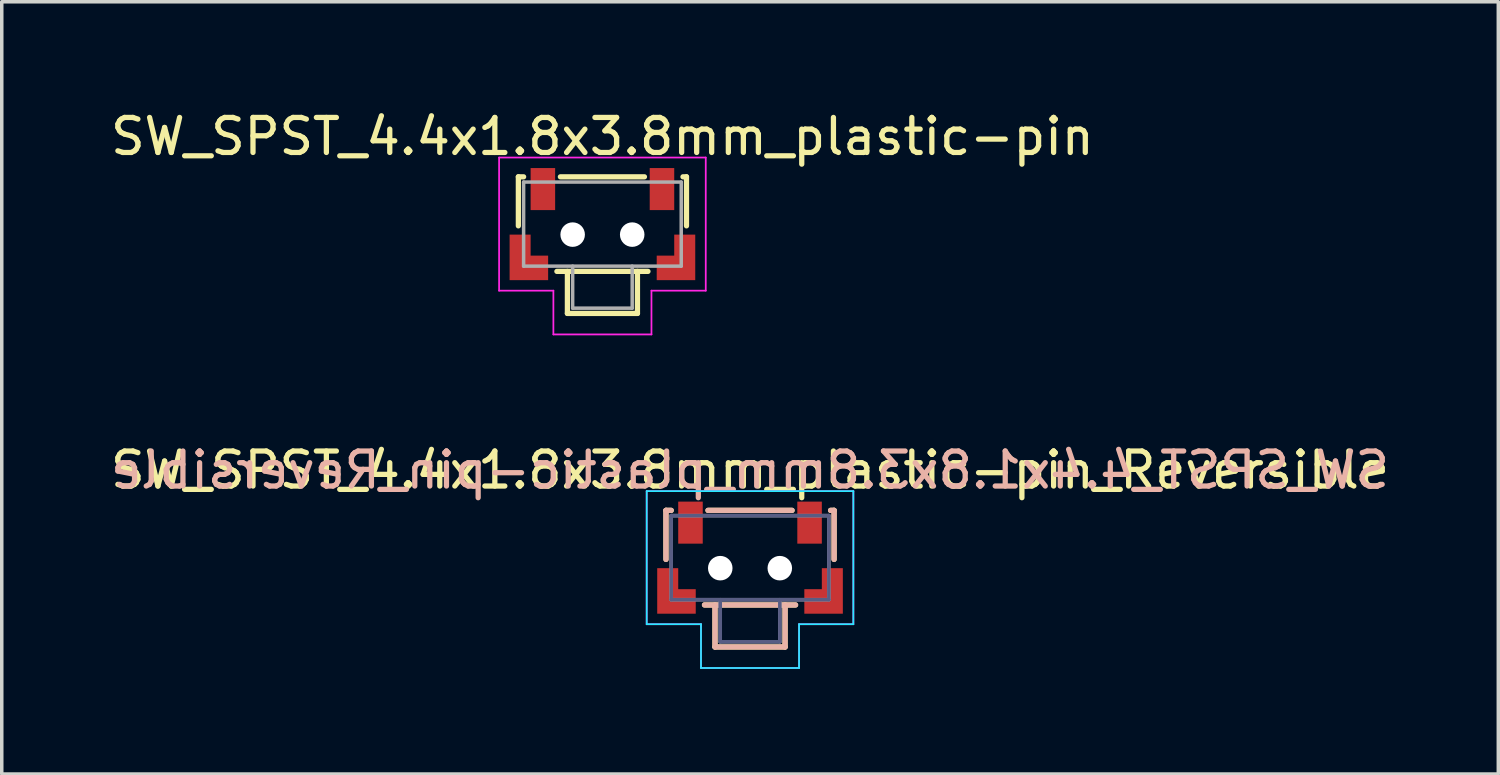
<source format=kicad_pcb>
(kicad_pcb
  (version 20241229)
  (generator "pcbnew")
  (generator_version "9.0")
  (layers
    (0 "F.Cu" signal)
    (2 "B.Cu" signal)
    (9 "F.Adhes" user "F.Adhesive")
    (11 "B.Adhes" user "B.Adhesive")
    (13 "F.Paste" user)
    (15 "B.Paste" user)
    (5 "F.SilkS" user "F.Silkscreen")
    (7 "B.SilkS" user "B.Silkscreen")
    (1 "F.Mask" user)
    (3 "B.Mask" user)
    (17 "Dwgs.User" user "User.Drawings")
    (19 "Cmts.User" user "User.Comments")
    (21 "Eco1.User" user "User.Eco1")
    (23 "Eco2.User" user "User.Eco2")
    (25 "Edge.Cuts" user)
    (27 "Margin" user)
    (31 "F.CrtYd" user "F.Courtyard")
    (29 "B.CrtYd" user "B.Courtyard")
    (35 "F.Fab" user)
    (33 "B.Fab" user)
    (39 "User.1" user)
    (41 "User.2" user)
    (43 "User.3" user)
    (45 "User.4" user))
  (footprint "SW_SPST_4.4x1.8x3.8mm_plastic-pin"
    (layer "F.Cu")
    (at 14.149 3.648)
    (property "Reference" "SW_SPST_4.4x1.8x3.8mm_plastic-pin" (at 0 -2.8 0) (layer "F.SilkS") (effects (font (size 1 1) (thickness 0.15))))
    (attr smd)
    (fp_line (start -2.4 -1.65) (end -2.4 -0.25) (stroke (width 0.15) (type solid)) (layer "F.SilkS"))
    (fp_line (start -2.25 -1.65) (end -2.4 -1.65) (stroke (width 0.15) (type solid)) (layer "F.SilkS"))
    (fp_line (start -1.2 -1.65) (end 1.2 -1.65) (stroke (width 0.15) (type solid)) (layer "F.SilkS"))
    (fp_line (start -1 2.25) (end -1 1.05) (stroke (width 0.15) (type solid)) (layer "F.SilkS"))
    (fp_line (start 1 1.05) (end 1 2.25) (stroke (width 0.15) (type solid)) (layer "F.SilkS"))
    (fp_line (start 1 2.25) (end -1 2.25) (stroke (width 0.15) (type solid)) (layer "F.SilkS"))
    (fp_line (start 1.3 1.05) (end -1.3 1.05) (stroke (width 0.15) (type solid)) (layer "F.SilkS"))
    (fp_line (start 2.3 -1.65) (end 2.4 -1.65) (stroke (width 0.15) (type solid)) (layer "F.SilkS"))
    (fp_line (start 2.4 -1.65) (end 2.4 -0.25) (stroke (width 0.15) (type solid)) (layer "F.SilkS"))
    (fp_line (start -2.95 -2.2) (end 2.95 -2.2) (stroke (width 0.05) (type solid)) (layer "F.CrtYd"))
    (fp_line (start -2.95 1.6) (end -2.95 -2.2) (stroke (width 0.05) (type solid)) (layer "F.CrtYd"))
    (fp_line (start -1.4 1.6) (end -2.95 1.6) (stroke (width 0.05) (type solid)) (layer "F.CrtYd"))
    (fp_line (start -1.4 2.85) (end -1.4 1.6) (stroke (width 0.05) (type solid)) (layer "F.CrtYd"))
    (fp_line (start 1.4 1.6) (end 1.4 2.85) (stroke (width 0.05) (type solid)) (layer "F.CrtYd"))
    (fp_line (start 1.4 2.85) (end -1.4 2.85) (stroke (width 0.05) (type solid)) (layer "F.CrtYd"))
    (fp_line (start 2.95 -2.2) (end 2.95 1.6) (stroke (width 0.05) (type solid)) (layer "F.CrtYd"))
    (fp_line (start 2.95 1.6) (end 1.4 1.6) (stroke (width 0.05) (type solid)) (layer "F.CrtYd"))
    (fp_line (start -2.25 -1.5) (end 2.25 -1.5) (stroke (width 0.1) (type solid)) (layer "F.Fab"))
    (fp_line (start -2.25 0.9) (end -2.25 -1.5) (stroke (width 0.1) (type solid)) (layer "F.Fab"))
    (fp_line (start -0.85 2.1) (end -0.85 0.9) (stroke (width 0.1) (type solid)) (layer "F.Fab"))
    (fp_line (start -0.85 2.1) (end 0.85 2.1) (stroke (width 0.1) (type solid)) (layer "F.Fab"))
    (fp_line (start 0.85 2.1) (end 0.85 0.9) (stroke (width 0.1) (type solid)) (layer "F.Fab"))
    (fp_line (start 2.25 -1.5) (end 2.25 0.9) (stroke (width 0.1) (type solid)) (layer "F.Fab"))
    (fp_line (start 2.25 0.9) (end -2.25 0.9) (stroke (width 0.1) (type solid)) (layer "F.Fab"))
    (pad "" smd custom (at -2.1 0.95) (size 1.1 0.7) (layers "F.Cu" "F.Mask" "F.Paste") (options (anchor rect)) (primitives (gr_poly (pts (xy -0.55 -0.35) (xy -0.55 -0.95) (xy 0.05 -0.95) (xy 0.05 -0.35)) (width 0) (fill yes))))
    (pad "" np_thru_hole circle (at -0.85 0) (size 0.7 0.7) (drill 0.7) (layers "*.Cu" "*.Mask"))
    (pad "" np_thru_hole circle (at 0.85 0) (size 0.7 0.7) (drill 0.7) (layers "*.Cu" "*.Mask"))
    (pad "" smd custom (at 2.1 0.95) (size 1.1 0.7) (layers "F.Cu" "F.Mask" "F.Paste") (options (anchor rect)) (primitives (gr_poly (pts (xy 0.55 -0.35) (xy 0.55 -0.95) (xy -0.05 -0.95) (xy -0.05 -0.35)) (width 0) (fill yes))))
    (pad "1" smd rect (at -1.7 -1.3) (size 0.7 1.2) (layers "F.Cu" "F.Mask" "F.Paste"))
    (pad "2" smd rect (at 1.7 -1.3) (size 0.7 1.2) (layers "F.Cu" "F.Mask" "F.Paste")))
  (footprint "SW_SPST_4.4x1.8x3.8mm_plastic-pin_Reversible"
    (layer "F.Cu")
    (at 18.363 13.171)
    (property "Reference" "SW_SPST_4.4x1.8x3.8mm_plastic-pin_Reversible" (at 0 -2.8 0) (layer "F.SilkS") (effects (font (size 1 1) (thickness 0.15))))
    (attr smd)
    (fp_line (start -2.4 -1.65) (end -2.4 -0.25) (stroke (width 0.15) (type solid)) (layer "F.SilkS"))
    (fp_line (start -2.25 -1.65) (end -2.4 -1.65) (stroke (width 0.15) (type solid)) (layer "F.SilkS"))
    (fp_line (start -1.2 -1.65) (end 1.2 -1.65) (stroke (width 0.15) (type solid)) (layer "F.SilkS"))
    (fp_line (start -1 2.25) (end -1 1.05) (stroke (width 0.15) (type solid)) (layer "F.SilkS"))
    (fp_line (start 1 1.05) (end 1 2.25) (stroke (width 0.15) (type solid)) (layer "F.SilkS"))
    (fp_line (start 1 2.25) (end -1 2.25) (stroke (width 0.15) (type solid)) (layer "F.SilkS"))
    (fp_line (start 1.3 1.05) (end -1.3 1.05) (stroke (width 0.15) (type solid)) (layer "F.SilkS"))
    (fp_line (start 2.3 -1.65) (end 2.4 -1.65) (stroke (width 0.15) (type solid)) (layer "F.SilkS"))
    (fp_line (start 2.4 -1.65) (end 2.4 -0.25) (stroke (width 0.15) (type solid)) (layer "F.SilkS"))
    (fp_line (start -2.4 -1.65) (end -2.4 -0.25) (stroke (width 0.15) (type solid)) (layer "B.SilkS"))
    (fp_line (start -2.25 -1.65) (end -2.4 -1.65) (stroke (width 0.15) (type solid)) (layer "B.SilkS"))
    (fp_line (start -1.3 1.05) (end 1.3 1.05) (stroke (width 0.15) (type solid)) (layer "B.SilkS"))
    (fp_line (start -1.2 -1.65) (end 1.2 -1.65) (stroke (width 0.15) (type solid)) (layer "B.SilkS"))
    (fp_line (start -1 1.05) (end -1 2.25) (stroke (width 0.15) (type solid)) (layer "B.SilkS"))
    (fp_line (start -1 2.25) (end 1 2.25) (stroke (width 0.15) (type solid)) (layer "B.SilkS"))
    (fp_line (start 1 2.25) (end 1 1.05) (stroke (width 0.15) (type solid)) (layer "B.SilkS"))
    (fp_line (start 2.3 -1.65) (end 2.4 -1.65) (stroke (width 0.15) (type solid)) (layer "B.SilkS"))
    (fp_line (start 2.4 -1.65) (end 2.4 -0.25) (stroke (width 0.15) (type solid)) (layer "B.SilkS"))
    (fp_line (start -2.95 -2.2) (end -2.95 1.6) (stroke (width 0.05) (type solid)) (layer "B.CrtYd"))
    (fp_line (start -2.95 1.6) (end -1.4 1.6) (stroke (width 0.05) (type solid)) (layer "B.CrtYd"))
    (fp_line (start -1.4 1.6) (end -1.4 2.85) (stroke (width 0.05) (type solid)) (layer "B.CrtYd"))
    (fp_line (start -1.4 2.85) (end 1.4 2.85) (stroke (width 0.05) (type solid)) (layer "B.CrtYd"))
    (fp_line (start 1.4 1.6) (end 2.95 1.6) (stroke (width 0.05) (type solid)) (layer "B.CrtYd"))
    (fp_line (start 1.4 2.85) (end 1.4 1.6) (stroke (width 0.05) (type solid)) (layer "B.CrtYd"))
    (fp_line (start 2.95 -2.2) (end -2.95 -2.2) (stroke (width 0.05) (type solid)) (layer "B.CrtYd"))
    (fp_line (start 2.95 1.6) (end 2.95 -2.2) (stroke (width 0.05) (type solid)) (layer "B.CrtYd"))
    (fp_line (start -2.95 -2.2) (end 2.95 -2.2) (stroke (width 0.05) (type solid)) (layer "F.CrtYd"))
    (fp_line (start -2.95 1.6) (end -2.95 -2.2) (stroke (width 0.05) (type solid)) (layer "F.CrtYd"))
    (fp_line (start -1.4 1.6) (end -2.95 1.6) (stroke (width 0.05) (type solid)) (layer "F.CrtYd"))
    (fp_line (start -1.4 2.85) (end -1.4 1.6) (stroke (width 0.05) (type solid)) (layer "F.CrtYd"))
    (fp_line (start 1.4 1.6) (end 1.4 2.85) (stroke (width 0.05) (type solid)) (layer "F.CrtYd"))
    (fp_line (start 1.4 2.85) (end -1.4 2.85) (stroke (width 0.05) (type solid)) (layer "F.CrtYd"))
    (fp_line (start 2.95 -2.2) (end 2.95 1.6) (stroke (width 0.05) (type solid)) (layer "F.CrtYd"))
    (fp_line (start 2.95 1.6) (end 1.4 1.6) (stroke (width 0.05) (type solid)) (layer "F.CrtYd"))
    (fp_line (start -2.25 -1.5) (end -2.25 0.9) (stroke (width 0.1) (type solid)) (layer "B.Fab"))
    (fp_line (start -2.25 0.9) (end 2.25 0.9) (stroke (width 0.1) (type solid)) (layer "B.Fab"))
    (fp_line (start -0.85 2.1) (end -0.85 0.9) (stroke (width 0.1) (type solid)) (layer "B.Fab"))
    (fp_line (start 0.85 2.1) (end -0.85 2.1) (stroke (width 0.1) (type solid)) (layer "B.Fab"))
    (fp_line (start 0.85 2.1) (end 0.85 0.9) (stroke (width 0.1) (type solid)) (layer "B.Fab"))
    (fp_line (start 2.25 -1.5) (end -2.25 -1.5) (stroke (width 0.1) (type solid)) (layer "B.Fab"))
    (fp_line (start 2.25 0.9) (end 2.25 -1.5) (stroke (width 0.1) (type solid)) (layer "B.Fab"))
    (fp_line (start -2.25 -1.5) (end 2.25 -1.5) (stroke (width 0.1) (type solid)) (layer "F.Fab"))
    (fp_line (start -2.25 0.9) (end -2.25 -1.5) (stroke (width 0.1) (type solid)) (layer "F.Fab"))
    (fp_line (start -0.85 2.1) (end -0.85 0.9) (stroke (width 0.1) (type solid)) (layer "F.Fab"))
    (fp_line (start -0.85 2.1) (end 0.85 2.1) (stroke (width 0.1) (type solid)) (layer "F.Fab"))
    (fp_line (start 0.85 2.1) (end 0.85 0.9) (stroke (width 0.1) (type solid)) (layer "F.Fab"))
    (fp_line (start 2.25 -1.5) (end 2.25 0.9) (stroke (width 0.1) (type solid)) (layer "F.Fab"))
    (fp_line (start 2.25 0.9) (end -2.25 0.9) (stroke (width 0.1) (type solid)) (layer "F.Fab"))
    (fp_text user "${REFERENCE}" (at 0 -2.8 0) (layer "B.SilkS") (effects (font (size 1 1) (thickness 0.15)) (justify mirror)))
    (pad "" smd custom (at -2.1 0.95) (size 1.1 0.7) (layers "F.Cu" "F.Mask" "F.Paste") (options (anchor rect)) (primitives (gr_poly (pts (xy -0.55 -0.35) (xy -0.55 -0.95) (xy 0.05 -0.95) (xy 0.05 -0.35)) (width 0) (fill yes))))
    (pad "" np_thru_hole circle (at -0.85 0) (size 0.7 0.7) (drill 0.7) (layers "*.Cu" "*.Mask"))
    (pad "" np_thru_hole circle (at 0.85 0) (size 0.7 0.7) (drill 0.7) (layers "*.Cu" "*.Mask"))
    (pad "" smd custom (at 2.1 0.95) (size 1.1 0.7) (layers "F.Cu" "F.Mask" "F.Paste") (options (anchor rect)) (primitives (gr_poly (pts (xy 0.55 -0.35) (xy 0.55 -0.95) (xy -0.05 -0.95) (xy -0.05 -0.35)) (width 0) (fill yes))))
    (pad "1" smd rect (at -1.7 -1.3) (size 0.7 1.2) (layers "F.Cu" "F.Mask" "F.Paste"))
    (pad "2" smd rect (at 1.7 -1.3) (size 0.7 1.2) (layers "F.Cu" "F.Mask" "F.Paste")))
  (gr_rect
    (start -3 -3)
    (end 39.726 19.047)
    (stroke (width 0.1) (type default))
    (fill no)
    (layer "Edge.Cuts")))
</source>
